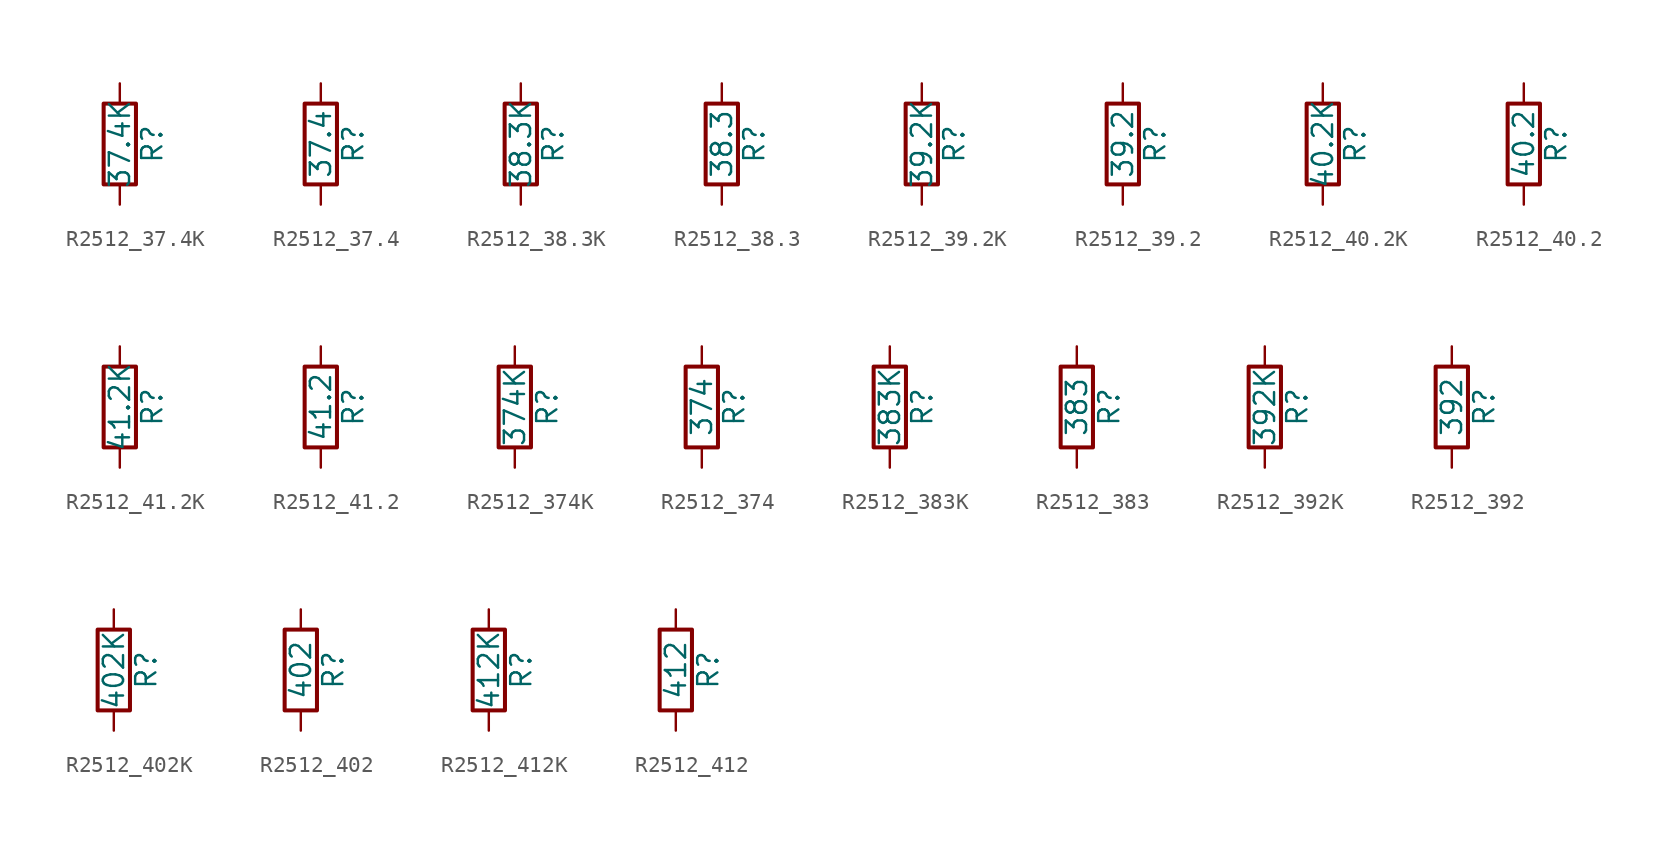
<source format=kicad_sym>
(kicad_symbol_lib
  (version 20211014)
  (generator atlantix-eda)
  (symbol "R2512_37.4K"
    (pin_numbers hide)
    (pin_names
      (offset 0))
    (property "Reference" "R"
      (at 2.032 0 90)
      (effects (font (size 1.27 1.27))))
    (property "Value" "37.4K"
      (at 0 0 90)
      (effects (font (size 1.27 1.27))))
    (symbol "R2512_37.4K_0_1"
      (rectangle (start -1.016 -2.54) (end 1.016 2.54) (stroke (width 0.254) (type default) (color 0 0 0 0)) (fill (type none))))
    (symbol "R2512_37.4K_1_1"
      (pin passive line (at 0 3.81 270) (length 1.27) (name "~" (effects (font (size 1.27 1.27)))) (number "1" (effects (font (size 1.27 1.27)))))
      (pin passive line (at 0 -3.81 90) (length 1.27) (name "~" (effects (font (size 1.27 1.27)))) (number "2" (effects (font (size 1.27 1.27)))))))
  (symbol "R2512_37.4"
    (pin_numbers hide)
    (pin_names
      (offset 0))
    (property "Reference" "R"
      (at 2.032 0 90)
      (effects (font (size 1.27 1.27))))
    (property "Value" "37.4"
      (at 0 0 90)
      (effects (font (size 1.27 1.27))))
    (symbol "R2512_37.4_0_1"
      (rectangle (start -1.016 -2.54) (end 1.016 2.54) (stroke (width 0.254) (type default) (color 0 0 0 0)) (fill (type none))))
    (symbol "R2512_37.4_1_1"
      (pin passive line (at 0 3.81 270) (length 1.27) (name "~" (effects (font (size 1.27 1.27)))) (number "1" (effects (font (size 1.27 1.27)))))
      (pin passive line (at 0 -3.81 90) (length 1.27) (name "~" (effects (font (size 1.27 1.27)))) (number "2" (effects (font (size 1.27 1.27)))))))
  (symbol "R2512_38.3K"
    (pin_numbers hide)
    (pin_names
      (offset 0))
    (property "Reference" "R"
      (at 2.032 0 90)
      (effects (font (size 1.27 1.27))))
    (property "Value" "38.3K"
      (at 0 0 90)
      (effects (font (size 1.27 1.27))))
    (symbol "R2512_38.3K_0_1"
      (rectangle (start -1.016 -2.54) (end 1.016 2.54) (stroke (width 0.254) (type default) (color 0 0 0 0)) (fill (type none))))
    (symbol "R2512_38.3K_1_1"
      (pin passive line (at 0 3.81 270) (length 1.27) (name "~" (effects (font (size 1.27 1.27)))) (number "1" (effects (font (size 1.27 1.27)))))
      (pin passive line (at 0 -3.81 90) (length 1.27) (name "~" (effects (font (size 1.27 1.27)))) (number "2" (effects (font (size 1.27 1.27)))))))
  (symbol "R2512_38.3"
    (pin_numbers hide)
    (pin_names
      (offset 0))
    (property "Reference" "R"
      (at 2.032 0 90)
      (effects (font (size 1.27 1.27))))
    (property "Value" "38.3"
      (at 0 0 90)
      (effects (font (size 1.27 1.27))))
    (symbol "R2512_38.3_0_1"
      (rectangle (start -1.016 -2.54) (end 1.016 2.54) (stroke (width 0.254) (type default) (color 0 0 0 0)) (fill (type none))))
    (symbol "R2512_38.3_1_1"
      (pin passive line (at 0 3.81 270) (length 1.27) (name "~" (effects (font (size 1.27 1.27)))) (number "1" (effects (font (size 1.27 1.27)))))
      (pin passive line (at 0 -3.81 90) (length 1.27) (name "~" (effects (font (size 1.27 1.27)))) (number "2" (effects (font (size 1.27 1.27)))))))
  (symbol "R2512_39.2K"
    (pin_numbers hide)
    (pin_names
      (offset 0))
    (property "Reference" "R"
      (at 2.032 0 90)
      (effects (font (size 1.27 1.27))))
    (property "Value" "39.2K"
      (at 0 0 90)
      (effects (font (size 1.27 1.27))))
    (symbol "R2512_39.2K_0_1"
      (rectangle (start -1.016 -2.54) (end 1.016 2.54) (stroke (width 0.254) (type default) (color 0 0 0 0)) (fill (type none))))
    (symbol "R2512_39.2K_1_1"
      (pin passive line (at 0 3.81 270) (length 1.27) (name "~" (effects (font (size 1.27 1.27)))) (number "1" (effects (font (size 1.27 1.27)))))
      (pin passive line (at 0 -3.81 90) (length 1.27) (name "~" (effects (font (size 1.27 1.27)))) (number "2" (effects (font (size 1.27 1.27)))))))
  (symbol "R2512_39.2"
    (pin_numbers hide)
    (pin_names
      (offset 0))
    (property "Reference" "R"
      (at 2.032 0 90)
      (effects (font (size 1.27 1.27))))
    (property "Value" "39.2"
      (at 0 0 90)
      (effects (font (size 1.27 1.27))))
    (symbol "R2512_39.2_0_1"
      (rectangle (start -1.016 -2.54) (end 1.016 2.54) (stroke (width 0.254) (type default) (color 0 0 0 0)) (fill (type none))))
    (symbol "R2512_39.2_1_1"
      (pin passive line (at 0 3.81 270) (length 1.27) (name "~" (effects (font (size 1.27 1.27)))) (number "1" (effects (font (size 1.27 1.27)))))
      (pin passive line (at 0 -3.81 90) (length 1.27) (name "~" (effects (font (size 1.27 1.27)))) (number "2" (effects (font (size 1.27 1.27)))))))
  (symbol "R2512_40.2K"
    (pin_numbers hide)
    (pin_names
      (offset 0))
    (property "Reference" "R"
      (at 2.032 0 90)
      (effects (font (size 1.27 1.27))))
    (property "Value" "40.2K"
      (at 0 0 90)
      (effects (font (size 1.27 1.27))))
    (symbol "R2512_40.2K_0_1"
      (rectangle (start -1.016 -2.54) (end 1.016 2.54) (stroke (width 0.254) (type default) (color 0 0 0 0)) (fill (type none))))
    (symbol "R2512_40.2K_1_1"
      (pin passive line (at 0 3.81 270) (length 1.27) (name "~" (effects (font (size 1.27 1.27)))) (number "1" (effects (font (size 1.27 1.27)))))
      (pin passive line (at 0 -3.81 90) (length 1.27) (name "~" (effects (font (size 1.27 1.27)))) (number "2" (effects (font (size 1.27 1.27)))))))
  (symbol "R2512_40.2"
    (pin_numbers hide)
    (pin_names
      (offset 0))
    (property "Reference" "R"
      (at 2.032 0 90)
      (effects (font (size 1.27 1.27))))
    (property "Value" "40.2"
      (at 0 0 90)
      (effects (font (size 1.27 1.27))))
    (symbol "R2512_40.2_0_1"
      (rectangle (start -1.016 -2.54) (end 1.016 2.54) (stroke (width 0.254) (type default) (color 0 0 0 0)) (fill (type none))))
    (symbol "R2512_40.2_1_1"
      (pin passive line (at 0 3.81 270) (length 1.27) (name "~" (effects (font (size 1.27 1.27)))) (number "1" (effects (font (size 1.27 1.27)))))
      (pin passive line (at 0 -3.81 90) (length 1.27) (name "~" (effects (font (size 1.27 1.27)))) (number "2" (effects (font (size 1.27 1.27)))))))
  (symbol "R2512_41.2K"
    (pin_numbers hide)
    (pin_names
      (offset 0))
    (property "Reference" "R"
      (at 2.032 0 90)
      (effects (font (size 1.27 1.27))))
    (property "Value" "41.2K"
      (at 0 0 90)
      (effects (font (size 1.27 1.27))))
    (symbol "R2512_41.2K_0_1"
      (rectangle (start -1.016 -2.54) (end 1.016 2.54) (stroke (width 0.254) (type default) (color 0 0 0 0)) (fill (type none))))
    (symbol "R2512_41.2K_1_1"
      (pin passive line (at 0 3.81 270) (length 1.27) (name "~" (effects (font (size 1.27 1.27)))) (number "1" (effects (font (size 1.27 1.27)))))
      (pin passive line (at 0 -3.81 90) (length 1.27) (name "~" (effects (font (size 1.27 1.27)))) (number "2" (effects (font (size 1.27 1.27)))))))
  (symbol "R2512_41.2"
    (pin_numbers hide)
    (pin_names
      (offset 0))
    (property "Reference" "R"
      (at 2.032 0 90)
      (effects (font (size 1.27 1.27))))
    (property "Value" "41.2"
      (at 0 0 90)
      (effects (font (size 1.27 1.27))))
    (symbol "R2512_41.2_0_1"
      (rectangle (start -1.016 -2.54) (end 1.016 2.54) (stroke (width 0.254) (type default) (color 0 0 0 0)) (fill (type none))))
    (symbol "R2512_41.2_1_1"
      (pin passive line (at 0 3.81 270) (length 1.27) (name "~" (effects (font (size 1.27 1.27)))) (number "1" (effects (font (size 1.27 1.27)))))
      (pin passive line (at 0 -3.81 90) (length 1.27) (name "~" (effects (font (size 1.27 1.27)))) (number "2" (effects (font (size 1.27 1.27)))))))
  (symbol "R2512_374K"
    (pin_numbers hide)
    (pin_names
      (offset 0))
    (property "Reference" "R"
      (at 2.032 0 90)
      (effects (font (size 1.27 1.27))))
    (property "Value" "374K"
      (at 0 0 90)
      (effects (font (size 1.27 1.27))))
    (symbol "R2512_374K_0_1"
      (rectangle (start -1.016 -2.54) (end 1.016 2.54) (stroke (width 0.254) (type default) (color 0 0 0 0)) (fill (type none))))
    (symbol "R2512_374K_1_1"
      (pin passive line (at 0 3.81 270) (length 1.27) (name "~" (effects (font (size 1.27 1.27)))) (number "1" (effects (font (size 1.27 1.27)))))
      (pin passive line (at 0 -3.81 90) (length 1.27) (name "~" (effects (font (size 1.27 1.27)))) (number "2" (effects (font (size 1.27 1.27)))))))
  (symbol "R2512_374"
    (pin_numbers hide)
    (pin_names
      (offset 0))
    (property "Reference" "R"
      (at 2.032 0 90)
      (effects (font (size 1.27 1.27))))
    (property "Value" "374"
      (at 0 0 90)
      (effects (font (size 1.27 1.27))))
    (symbol "R2512_374_0_1"
      (rectangle (start -1.016 -2.54) (end 1.016 2.54) (stroke (width 0.254) (type default) (color 0 0 0 0)) (fill (type none))))
    (symbol "R2512_374_1_1"
      (pin passive line (at 0 3.81 270) (length 1.27) (name "~" (effects (font (size 1.27 1.27)))) (number "1" (effects (font (size 1.27 1.27)))))
      (pin passive line (at 0 -3.81 90) (length 1.27) (name "~" (effects (font (size 1.27 1.27)))) (number "2" (effects (font (size 1.27 1.27)))))))
  (symbol "R2512_383K"
    (pin_numbers hide)
    (pin_names
      (offset 0))
    (property "Reference" "R"
      (at 2.032 0 90)
      (effects (font (size 1.27 1.27))))
    (property "Value" "383K"
      (at 0 0 90)
      (effects (font (size 1.27 1.27))))
    (symbol "R2512_383K_0_1"
      (rectangle (start -1.016 -2.54) (end 1.016 2.54) (stroke (width 0.254) (type default) (color 0 0 0 0)) (fill (type none))))
    (symbol "R2512_383K_1_1"
      (pin passive line (at 0 3.81 270) (length 1.27) (name "~" (effects (font (size 1.27 1.27)))) (number "1" (effects (font (size 1.27 1.27)))))
      (pin passive line (at 0 -3.81 90) (length 1.27) (name "~" (effects (font (size 1.27 1.27)))) (number "2" (effects (font (size 1.27 1.27)))))))
  (symbol "R2512_383"
    (pin_numbers hide)
    (pin_names
      (offset 0))
    (property "Reference" "R"
      (at 2.032 0 90)
      (effects (font (size 1.27 1.27))))
    (property "Value" "383"
      (at 0 0 90)
      (effects (font (size 1.27 1.27))))
    (symbol "R2512_383_0_1"
      (rectangle (start -1.016 -2.54) (end 1.016 2.54) (stroke (width 0.254) (type default) (color 0 0 0 0)) (fill (type none))))
    (symbol "R2512_383_1_1"
      (pin passive line (at 0 3.81 270) (length 1.27) (name "~" (effects (font (size 1.27 1.27)))) (number "1" (effects (font (size 1.27 1.27)))))
      (pin passive line (at 0 -3.81 90) (length 1.27) (name "~" (effects (font (size 1.27 1.27)))) (number "2" (effects (font (size 1.27 1.27)))))))
  (symbol "R2512_392K"
    (pin_numbers hide)
    (pin_names
      (offset 0))
    (property "Reference" "R"
      (at 2.032 0 90)
      (effects (font (size 1.27 1.27))))
    (property "Value" "392K"
      (at 0 0 90)
      (effects (font (size 1.27 1.27))))
    (symbol "R2512_392K_0_1"
      (rectangle (start -1.016 -2.54) (end 1.016 2.54) (stroke (width 0.254) (type default) (color 0 0 0 0)) (fill (type none))))
    (symbol "R2512_392K_1_1"
      (pin passive line (at 0 3.81 270) (length 1.27) (name "~" (effects (font (size 1.27 1.27)))) (number "1" (effects (font (size 1.27 1.27)))))
      (pin passive line (at 0 -3.81 90) (length 1.27) (name "~" (effects (font (size 1.27 1.27)))) (number "2" (effects (font (size 1.27 1.27)))))))
  (symbol "R2512_392"
    (pin_numbers hide)
    (pin_names
      (offset 0))
    (property "Reference" "R"
      (at 2.032 0 90)
      (effects (font (size 1.27 1.27))))
    (property "Value" "392"
      (at 0 0 90)
      (effects (font (size 1.27 1.27))))
    (symbol "R2512_392_0_1"
      (rectangle (start -1.016 -2.54) (end 1.016 2.54) (stroke (width 0.254) (type default) (color 0 0 0 0)) (fill (type none))))
    (symbol "R2512_392_1_1"
      (pin passive line (at 0 3.81 270) (length 1.27) (name "~" (effects (font (size 1.27 1.27)))) (number "1" (effects (font (size 1.27 1.27)))))
      (pin passive line (at 0 -3.81 90) (length 1.27) (name "~" (effects (font (size 1.27 1.27)))) (number "2" (effects (font (size 1.27 1.27)))))))
  (symbol "R2512_402K"
    (pin_numbers hide)
    (pin_names
      (offset 0))
    (property "Reference" "R"
      (at 2.032 0 90)
      (effects (font (size 1.27 1.27))))
    (property "Value" "402K"
      (at 0 0 90)
      (effects (font (size 1.27 1.27))))
    (symbol "R2512_402K_0_1"
      (rectangle (start -1.016 -2.54) (end 1.016 2.54) (stroke (width 0.254) (type default) (color 0 0 0 0)) (fill (type none))))
    (symbol "R2512_402K_1_1"
      (pin passive line (at 0 3.81 270) (length 1.27) (name "~" (effects (font (size 1.27 1.27)))) (number "1" (effects (font (size 1.27 1.27)))))
      (pin passive line (at 0 -3.81 90) (length 1.27) (name "~" (effects (font (size 1.27 1.27)))) (number "2" (effects (font (size 1.27 1.27)))))))
  (symbol "R2512_402"
    (pin_numbers hide)
    (pin_names
      (offset 0))
    (property "Reference" "R"
      (at 2.032 0 90)
      (effects (font (size 1.27 1.27))))
    (property "Value" "402"
      (at 0 0 90)
      (effects (font (size 1.27 1.27))))
    (symbol "R2512_402_0_1"
      (rectangle (start -1.016 -2.54) (end 1.016 2.54) (stroke (width 0.254) (type default) (color 0 0 0 0)) (fill (type none))))
    (symbol "R2512_402_1_1"
      (pin passive line (at 0 3.81 270) (length 1.27) (name "~" (effects (font (size 1.27 1.27)))) (number "1" (effects (font (size 1.27 1.27)))))
      (pin passive line (at 0 -3.81 90) (length 1.27) (name "~" (effects (font (size 1.27 1.27)))) (number "2" (effects (font (size 1.27 1.27)))))))
  (symbol "R2512_412K"
    (pin_numbers hide)
    (pin_names
      (offset 0))
    (property "Reference" "R"
      (at 2.032 0 90)
      (effects (font (size 1.27 1.27))))
    (property "Value" "412K"
      (at 0 0 90)
      (effects (font (size 1.27 1.27))))
    (symbol "R2512_412K_0_1"
      (rectangle (start -1.016 -2.54) (end 1.016 2.54) (stroke (width 0.254) (type default) (color 0 0 0 0)) (fill (type none))))
    (symbol "R2512_412K_1_1"
      (pin passive line (at 0 3.81 270) (length 1.27) (name "~" (effects (font (size 1.27 1.27)))) (number "1" (effects (font (size 1.27 1.27)))))
      (pin passive line (at 0 -3.81 90) (length 1.27) (name "~" (effects (font (size 1.27 1.27)))) (number "2" (effects (font (size 1.27 1.27)))))))
  (symbol "R2512_412"
    (pin_numbers hide)
    (pin_names
      (offset 0))
    (property "Reference" "R"
      (at 2.032 0 90)
      (effects (font (size 1.27 1.27))))
    (property "Value" "412"
      (at 0 0 90)
      (effects (font (size 1.27 1.27))))
    (symbol "R2512_412_0_1"
      (rectangle (start -1.016 -2.54) (end 1.016 2.54) (stroke (width 0.254) (type default) (color 0 0 0 0)) (fill (type none))))
    (symbol "R2512_412_1_1"
      (pin passive line (at 0 3.81 270) (length 1.27) (name "~" (effects (font (size 1.27 1.27)))) (number "1" (effects (font (size 1.27 1.27)))))
      (pin passive line (at 0 -3.81 90) (length 1.27) (name "~" (effects (font (size 1.27 1.27)))) (number "2" (effects (font (size 1.27 1.27))))))))
</source>
